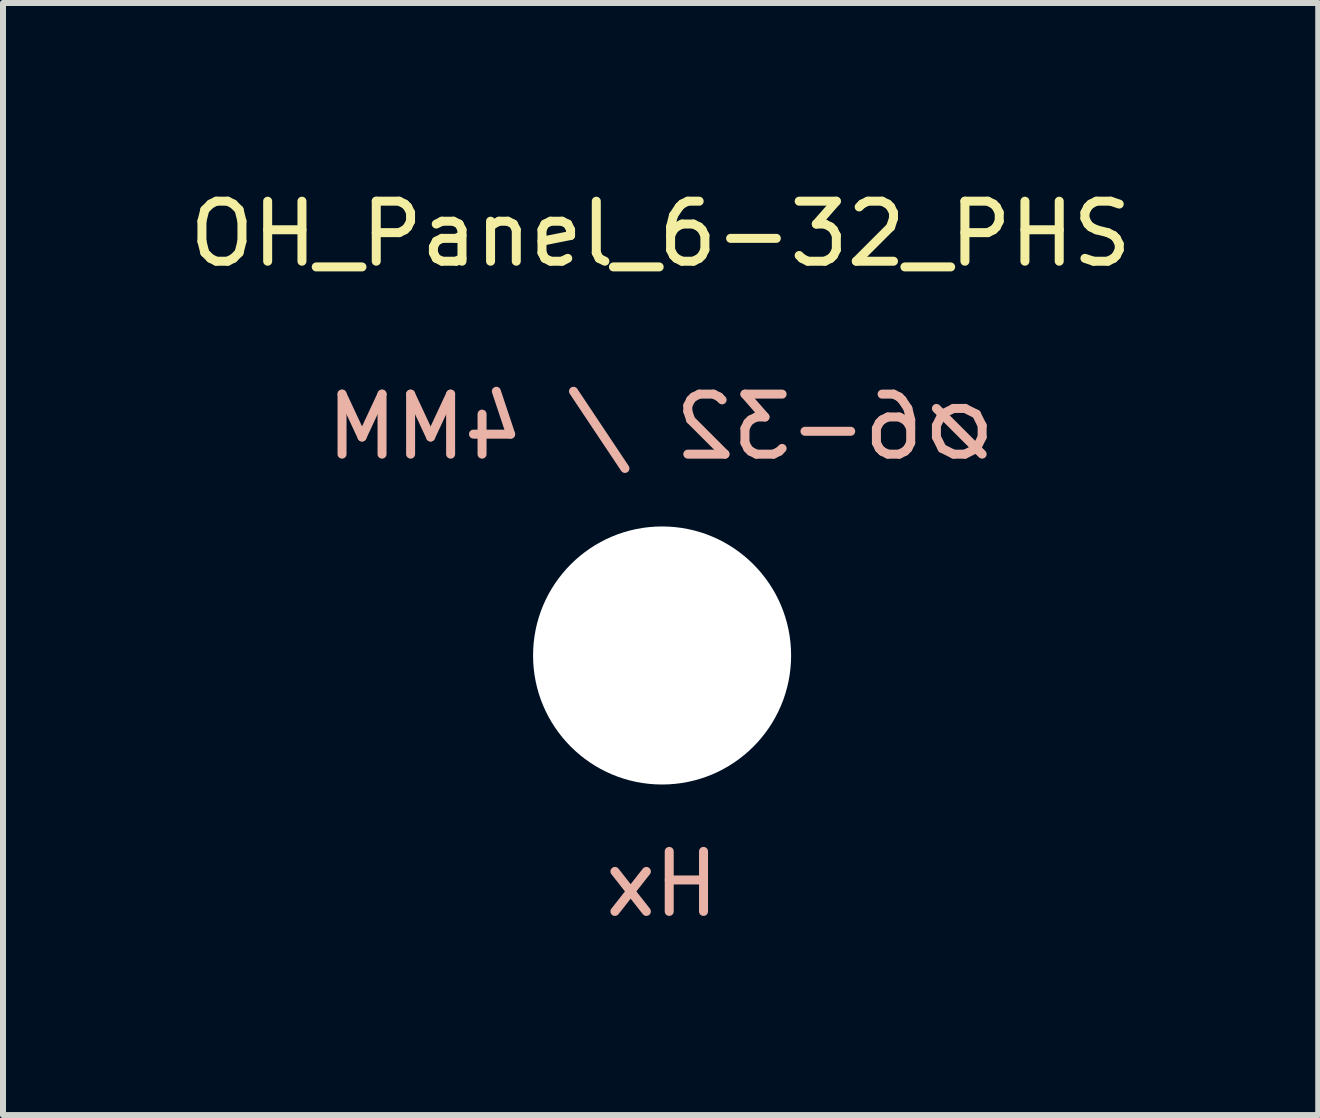
<source format=kicad_pcb>
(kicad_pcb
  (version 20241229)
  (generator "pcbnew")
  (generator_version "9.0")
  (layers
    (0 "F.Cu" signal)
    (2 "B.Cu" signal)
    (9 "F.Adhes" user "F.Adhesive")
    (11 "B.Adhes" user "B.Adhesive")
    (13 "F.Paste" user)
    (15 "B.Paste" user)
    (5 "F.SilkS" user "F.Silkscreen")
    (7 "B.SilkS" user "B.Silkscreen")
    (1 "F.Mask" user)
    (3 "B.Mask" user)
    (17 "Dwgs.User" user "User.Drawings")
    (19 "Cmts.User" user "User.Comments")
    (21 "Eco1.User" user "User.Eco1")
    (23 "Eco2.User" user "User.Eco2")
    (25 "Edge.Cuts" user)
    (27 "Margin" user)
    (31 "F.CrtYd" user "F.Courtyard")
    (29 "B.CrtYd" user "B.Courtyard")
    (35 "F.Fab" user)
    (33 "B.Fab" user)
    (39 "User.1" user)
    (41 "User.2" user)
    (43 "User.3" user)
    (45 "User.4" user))
  (footprint "OH_Panel_6-32_PHS"
    (layer "F.Cu")
    (at 7.983 7.873)
    (property "Reference" "OH_Panel_6-32_PHS" (at -0.025 -7.025 0) (layer "F.SilkS") (effects (font (size 1 1) (thickness 0.15))))
    (attr through_hole)
    (fp_text user "Hx" (at 0 3.81 0) (layer "B.SilkS") (effects (font (size 1 1) (thickness 0.15)) (justify mirror)))
    (fp_text user "⌀6-32 / 4MM" (at 0 -3.81 0) (layer "B.SilkS") (effects (font (size 1 1) (thickness 0.15)) (justify mirror)))
    (pad "" np_thru_hole circle (at 0 0) (size 4.3 4.3) (drill 4.3) (layers "*.Cu" "*.Mask")))
  (gr_rect
    (start -3 -3)
    (end 18.917 15.531)
    (stroke (width 0.1) (type default))
    (fill no)
    (layer "Edge.Cuts")))
</source>
